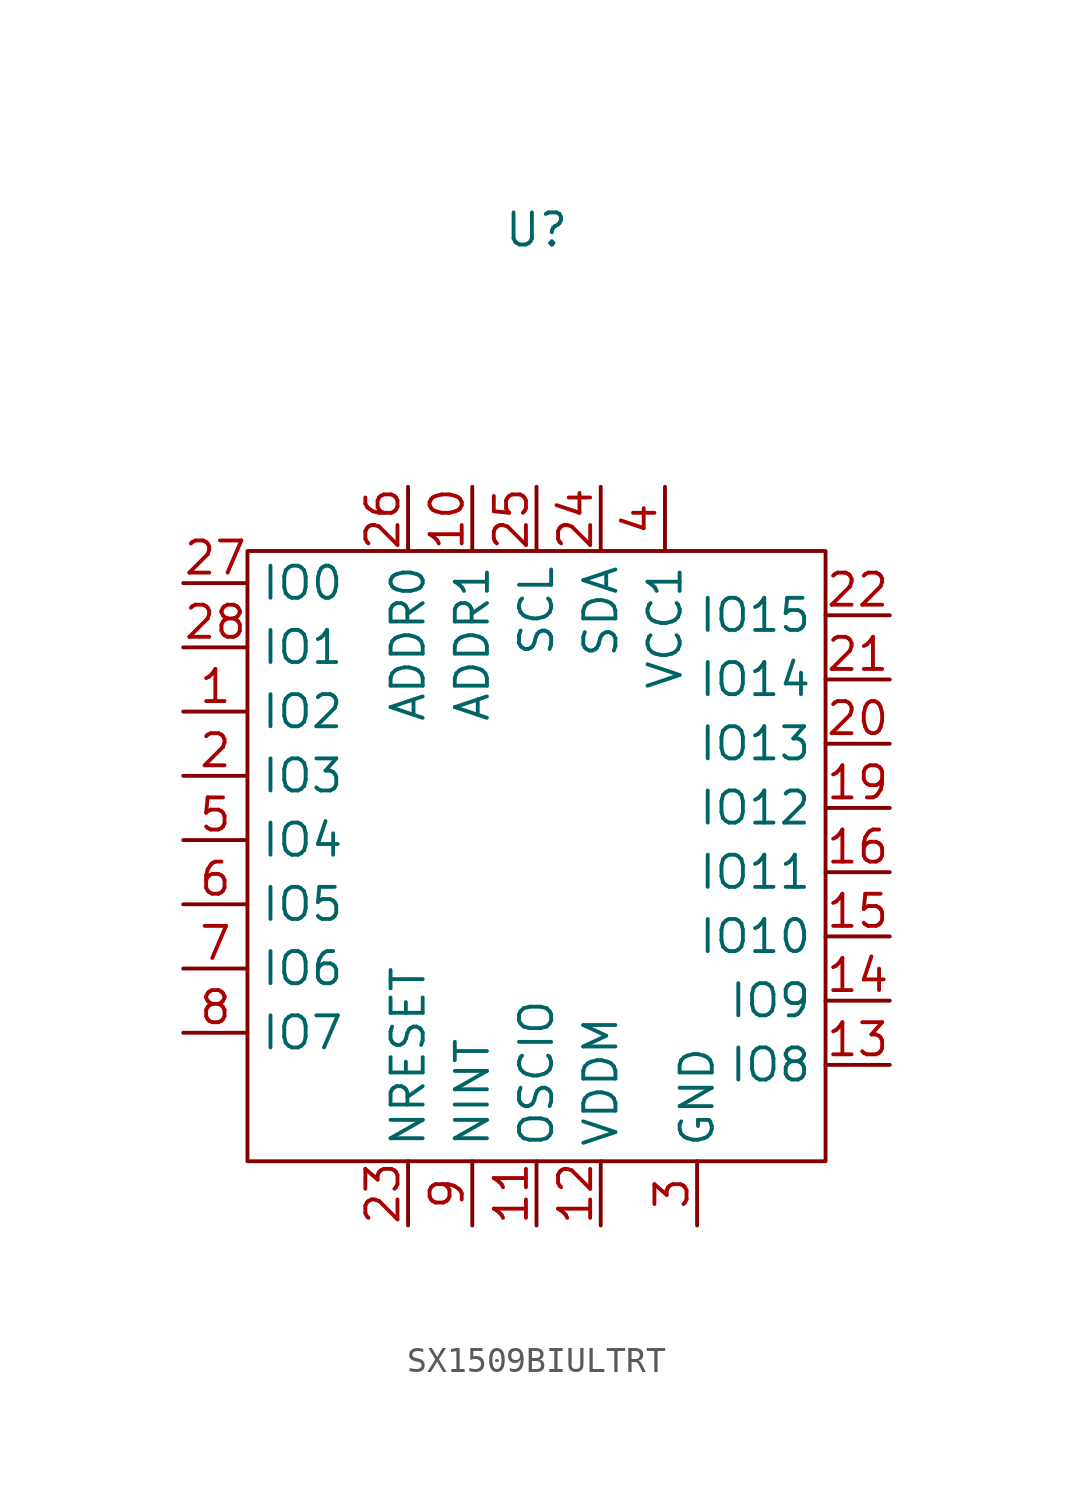
<source format=kicad_sym>
(kicad_symbol_lib
  (version 20220914)
  (generator kicad_symbol_editor)
  (symbol "SX1509BIULTRT"
    (property "Reference" "U"
      (at 0 0 0)
      (effects (font (size 1.27 1.27))))
    (symbol "SX1509BIULTRT_0_1"
      (rectangle (start -11.43 -12.7) (end 11.43 -36.83) (stroke (width 0) (type default)) (fill (type none))))
    (symbol "SX1509BIULTRT_1_1"
      (pin bidirectional line (at -13.97 -19.05 0) (length 2.54) (name "IO2" (effects (font (size 1.27 1.27)))) (number "1" (effects (font (size 1.27 1.27)))))
      (pin bidirectional line (at -2.54 -10.16 270) (length 2.54) (name "ADDR1" (effects (font (size 1.27 1.27)))) (number "10" (effects (font (size 1.27 1.27)))))
      (pin bidirectional line (at 0 -39.37 90) (length 2.54) (name "OSCIO" (effects (font (size 1.27 1.27)))) (number "11" (effects (font (size 1.27 1.27)))))
      (pin bidirectional line (at 2.54 -39.37 90) (length 2.54) (name "VDDM" (effects (font (size 1.27 1.27)))) (number "12" (effects (font (size 1.27 1.27)))))
      (pin bidirectional line (at 13.97 -33.02 180) (length 2.54) (name "IO8" (effects (font (size 1.27 1.27)))) (number "13" (effects (font (size 1.27 1.27)))))
      (pin bidirectional line (at 13.97 -30.48 180) (length 2.54) (name "IO9" (effects (font (size 1.27 1.27)))) (number "14" (effects (font (size 1.27 1.27)))))
      (pin bidirectional line (at 13.97 -27.94 180) (length 2.54) (name "IO10" (effects (font (size 1.27 1.27)))) (number "15" (effects (font (size 1.27 1.27)))))
      (pin bidirectional line (at 13.97 -25.4 180) (length 2.54) (name "IO11" (effects (font (size 1.27 1.27)))) (number "16" (effects (font (size 1.27 1.27)))))
      (pin bidirectional line (at 6.35 -39.37 90) (length 2.54) hide (name "GND" (effects (font (size 1.27 1.27)))) (number "17" (effects (font (size 1.27 1.27)))))
      (pin bidirectional line (at 5.08 -10.16 270) (length 2.54) hide (name "VCC2" (effects (font (size 1.27 1.27)))) (number "18" (effects (font (size 1.27 1.27)))))
      (pin bidirectional line (at 13.97 -22.86 180) (length 2.54) (name "IO12" (effects (font (size 1.27 1.27)))) (number "19" (effects (font (size 1.27 1.27)))))
      (pin bidirectional line (at -13.97 -21.59 0) (length 2.54) (name "IO3" (effects (font (size 1.27 1.27)))) (number "2" (effects (font (size 1.27 1.27)))))
      (pin bidirectional line (at 13.97 -20.32 180) (length 2.54) (name "IO13" (effects (font (size 1.27 1.27)))) (number "20" (effects (font (size 1.27 1.27)))))
      (pin bidirectional line (at 13.97 -17.78 180) (length 2.54) (name "IO14" (effects (font (size 1.27 1.27)))) (number "21" (effects (font (size 1.27 1.27)))))
      (pin bidirectional line (at 13.97 -15.24 180) (length 2.54) (name "IO15" (effects (font (size 1.27 1.27)))) (number "22" (effects (font (size 1.27 1.27)))))
      (pin bidirectional line (at -5.08 -39.37 90) (length 2.54) (name "NRESET" (effects (font (size 1.27 1.27)))) (number "23" (effects (font (size 1.27 1.27)))))
      (pin bidirectional line (at 2.54 -10.16 270) (length 2.54) (name "SDA" (effects (font (size 1.27 1.27)))) (number "24" (effects (font (size 1.27 1.27)))))
      (pin bidirectional line (at 0 -10.16 270) (length 2.54) (name "SCL" (effects (font (size 1.27 1.27)))) (number "25" (effects (font (size 1.27 1.27)))))
      (pin bidirectional line (at -5.08 -10.16 270) (length 2.54) (name "ADDR0" (effects (font (size 1.27 1.27)))) (number "26" (effects (font (size 1.27 1.27)))))
      (pin bidirectional line (at -13.97 -13.97 0) (length 2.54) (name "IO0" (effects (font (size 1.27 1.27)))) (number "27" (effects (font (size 1.27 1.27)))))
      (pin bidirectional line (at -13.97 -16.51 0) (length 2.54) (name "IO1" (effects (font (size 1.27 1.27)))) (number "28" (effects (font (size 1.27 1.27)))))
      (pin bidirectional line (at 6.35 -39.37 90) (length 2.54) hide (name "PAD" (effects (font (size 1.27 1.27)))) (number "29" (effects (font (size 1.27 1.27)))))
      (pin bidirectional line (at 6.35 -39.37 90) (length 2.54) (name "GND" (effects (font (size 1.27 1.27)))) (number "3" (effects (font (size 1.27 1.27)))))
      (pin bidirectional line (at 5.08 -10.16 270) (length 2.54) (name "VCC1" (effects (font (size 1.27 1.27)))) (number "4" (effects (font (size 1.27 1.27)))))
      (pin bidirectional line (at -13.97 -24.13 0) (length 2.54) (name "IO4" (effects (font (size 1.27 1.27)))) (number "5" (effects (font (size 1.27 1.27)))))
      (pin bidirectional line (at -13.97 -26.67 0) (length 2.54) (name "IO5" (effects (font (size 1.27 1.27)))) (number "6" (effects (font (size 1.27 1.27)))))
      (pin bidirectional line (at -13.97 -29.21 0) (length 2.54) (name "IO6" (effects (font (size 1.27 1.27)))) (number "7" (effects (font (size 1.27 1.27)))))
      (pin bidirectional line (at -13.97 -31.75 0) (length 2.54) (name "IO7" (effects (font (size 1.27 1.27)))) (number "8" (effects (font (size 1.27 1.27)))))
      (pin bidirectional line (at -2.54 -39.37 90) (length 2.54) (name "NINT" (effects (font (size 1.27 1.27)))) (number "9" (effects (font (size 1.27 1.27))))))))
</source>
